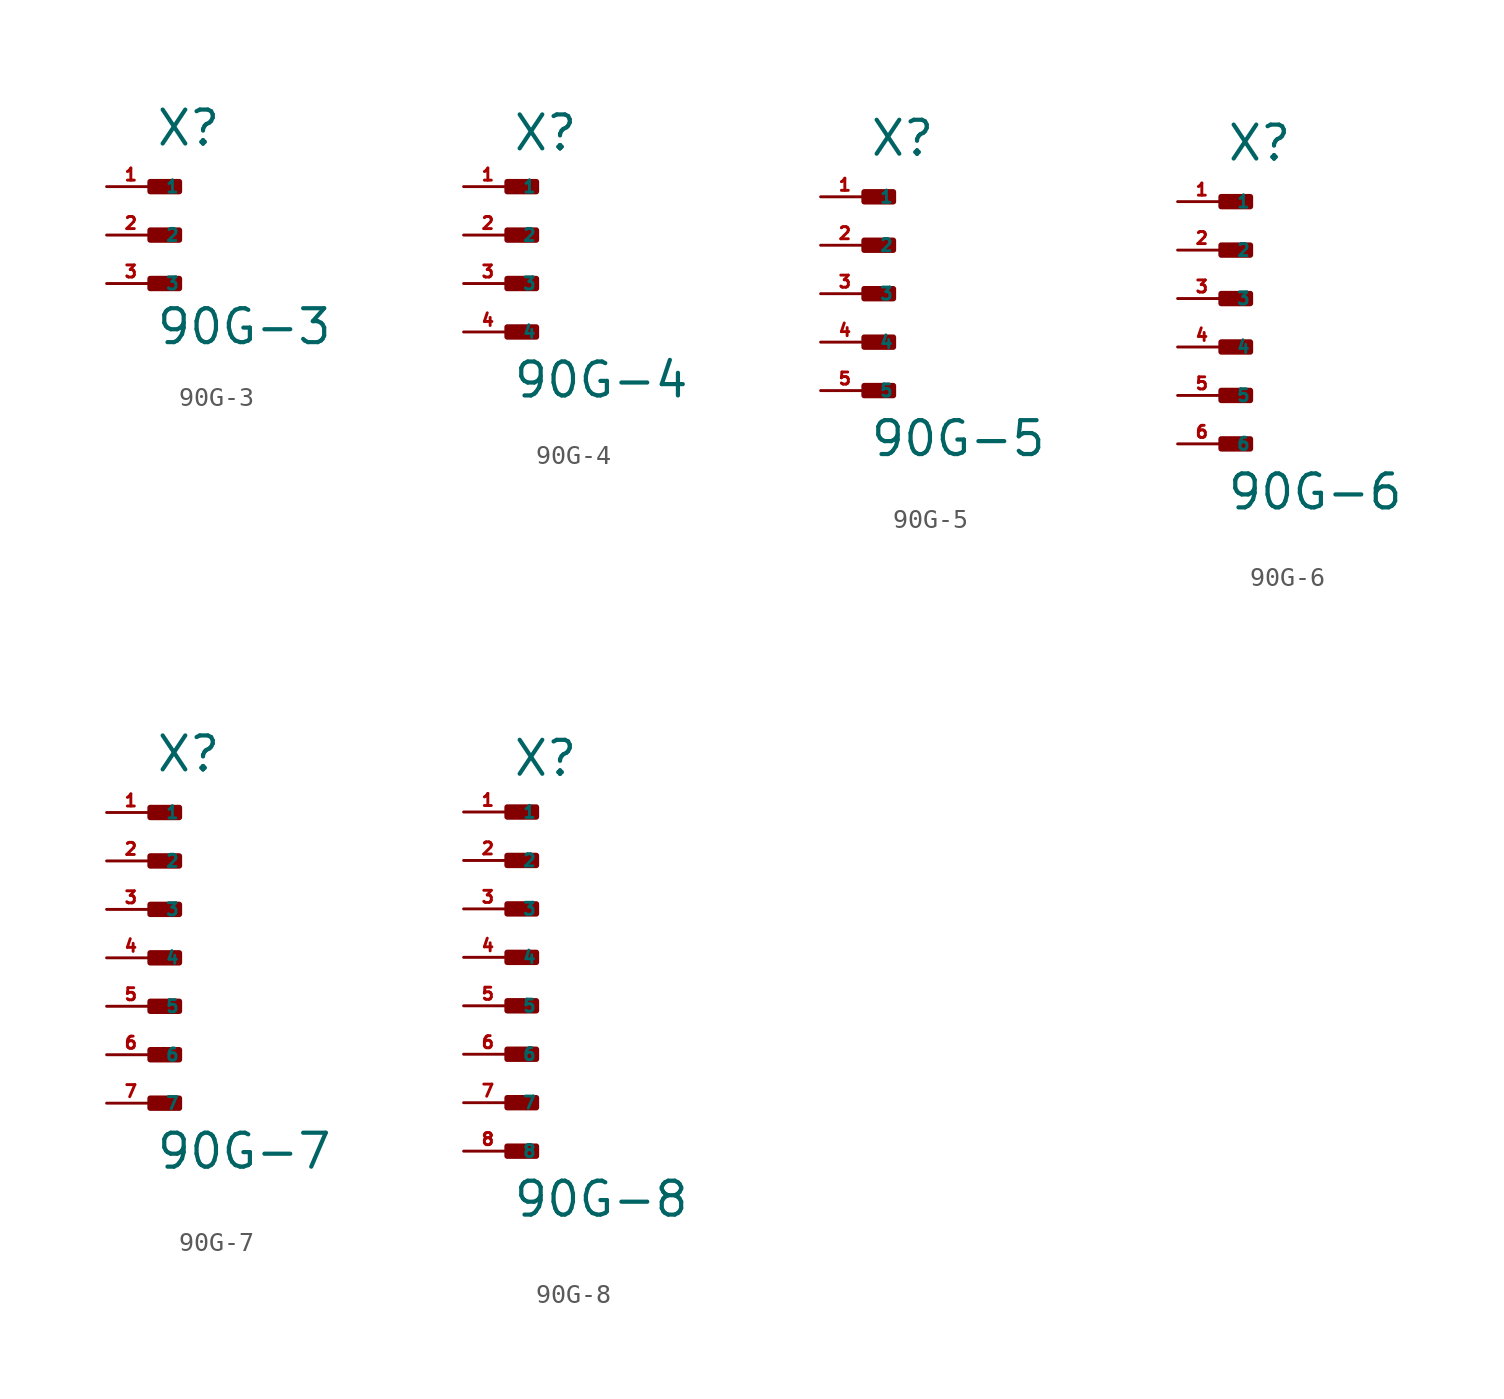
<source format=kicad_sym>
(kicad_symbol_lib
  (version 20220914)
  (generator Eagle2Kicad)
  (symbol "90G-3"
    (property "Reference" "X"
      (at 0 4.572 0)
      (effects (font (size 1.778 1.778) (thickness 0.22)) (justify left bottom)))
    (property "Value" "90G-3"
      (at 0 -5.842 0)
      (effects (font (size 1.778 1.778) (thickness 0.22)) (justify left bottom)))
    (rectangle
      (start -0.254 2.286)
      (end 1.27 2.794)
      (stroke (width 0.3) (type default))
      (fill (type outline)))
    (rectangle
      (start -0.254 -0.254)
      (end 1.27 0.254)
      (stroke (width 0.3) (type default))
      (fill (type outline)))
    (rectangle
      (start -0.254 -2.794)
      (end 1.27 -2.286)
      (stroke (width 0.3) (type default))
      (fill (type outline)))
    (pin passive line
      (at -2.54 2.54 0)
      (length 2.54)
      (name "1" (effects (font (size 0.635 0.635) (thickness 0.08)) (justify left bottom)))
      (number "1" (effects (font (size 0.635 0.635) (thickness 0.08)) (justify left bottom))))
    (pin passive line
      (at -2.54 0 0)
      (length 2.54)
      (name "2" (effects (font (size 0.635 0.635) (thickness 0.08)) (justify left bottom)))
      (number "2" (effects (font (size 0.635 0.635) (thickness 0.08)) (justify left bottom))))
    (pin passive line
      (at -2.54 -2.54 0)
      (length 2.54)
      (name "3" (effects (font (size 0.635 0.635) (thickness 0.08)) (justify left bottom)))
      (number "3" (effects (font (size 0.635 0.635) (thickness 0.08)) (justify left bottom)))))
  (symbol "90G-4"
    (property "Reference" "X"
      (at 0 4.318 0)
      (effects (font (size 1.778 1.778) (thickness 0.22)) (justify left bottom)))
    (property "Value" "90G-4"
      (at 0 -8.636 0)
      (effects (font (size 1.778 1.778) (thickness 0.22)) (justify left bottom)))
    (rectangle
      (start -0.254 2.286)
      (end 1.27 2.794)
      (stroke (width 0.3) (type default))
      (fill (type outline)))
    (rectangle
      (start -0.254 -0.254)
      (end 1.27 0.254)
      (stroke (width 0.3) (type default))
      (fill (type outline)))
    (rectangle
      (start -0.254 -2.794)
      (end 1.27 -2.286)
      (stroke (width 0.3) (type default))
      (fill (type outline)))
    (rectangle
      (start -0.254 -5.334)
      (end 1.27 -4.826)
      (stroke (width 0.3) (type default))
      (fill (type outline)))
    (pin passive line
      (at -2.54 2.54 0)
      (length 2.54)
      (name "1" (effects (font (size 0.635 0.635) (thickness 0.08)) (justify left bottom)))
      (number "1" (effects (font (size 0.635 0.635) (thickness 0.08)) (justify left bottom))))
    (pin passive line
      (at -2.54 0 0)
      (length 2.54)
      (name "2" (effects (font (size 0.635 0.635) (thickness 0.08)) (justify left bottom)))
      (number "2" (effects (font (size 0.635 0.635) (thickness 0.08)) (justify left bottom))))
    (pin passive line
      (at -2.54 -2.54 0)
      (length 2.54)
      (name "3" (effects (font (size 0.635 0.635) (thickness 0.08)) (justify left bottom)))
      (number "3" (effects (font (size 0.635 0.635) (thickness 0.08)) (justify left bottom))))
    (pin passive line
      (at -2.54 -5.08 0)
      (length 2.54)
      (name "4" (effects (font (size 0.635 0.635) (thickness 0.08)) (justify left bottom)))
      (number "4" (effects (font (size 0.635 0.635) (thickness 0.08)) (justify left bottom)))))
  (symbol "90G-5"
    (property "Reference" "X"
      (at 0 7.112 0)
      (effects (font (size 1.778 1.778) (thickness 0.22)) (justify left bottom)))
    (property "Value" "90G-5"
      (at 0 -8.636 0)
      (effects (font (size 1.778 1.778) (thickness 0.22)) (justify left bottom)))
    (rectangle
      (start -0.254 4.826)
      (end 1.27 5.334)
      (stroke (width 0.3) (type default))
      (fill (type outline)))
    (rectangle
      (start -0.254 2.286)
      (end 1.27 2.794)
      (stroke (width 0.3) (type default))
      (fill (type outline)))
    (rectangle
      (start -0.254 -0.254)
      (end 1.27 0.254)
      (stroke (width 0.3) (type default))
      (fill (type outline)))
    (rectangle
      (start -0.254 -2.794)
      (end 1.27 -2.286)
      (stroke (width 0.3) (type default))
      (fill (type outline)))
    (rectangle
      (start -0.254 -5.334)
      (end 1.27 -4.826)
      (stroke (width 0.3) (type default))
      (fill (type outline)))
    (pin passive line
      (at -2.54 5.08 0)
      (length 2.54)
      (name "1" (effects (font (size 0.635 0.635) (thickness 0.08)) (justify left bottom)))
      (number "1" (effects (font (size 0.635 0.635) (thickness 0.08)) (justify left bottom))))
    (pin passive line
      (at -2.54 2.54 0)
      (length 2.54)
      (name "2" (effects (font (size 0.635 0.635) (thickness 0.08)) (justify left bottom)))
      (number "2" (effects (font (size 0.635 0.635) (thickness 0.08)) (justify left bottom))))
    (pin passive line
      (at -2.54 0 0)
      (length 2.54)
      (name "3" (effects (font (size 0.635 0.635) (thickness 0.08)) (justify left bottom)))
      (number "3" (effects (font (size 0.635 0.635) (thickness 0.08)) (justify left bottom))))
    (pin passive line
      (at -2.54 -2.54 0)
      (length 2.54)
      (name "4" (effects (font (size 0.635 0.635) (thickness 0.08)) (justify left bottom)))
      (number "4" (effects (font (size 0.635 0.635) (thickness 0.08)) (justify left bottom))))
    (pin passive line
      (at -2.54 -5.08 0)
      (length 2.54)
      (name "5" (effects (font (size 0.635 0.635) (thickness 0.08)) (justify left bottom)))
      (number "5" (effects (font (size 0.635 0.635) (thickness 0.08)) (justify left bottom)))))
  (symbol "90G-6"
    (property "Reference" "X"
      (at 0 7.112 0)
      (effects (font (size 1.778 1.778) (thickness 0.22)) (justify left bottom)))
    (property "Value" "90G-6"
      (at 0 -11.176 0)
      (effects (font (size 1.778 1.778) (thickness 0.22)) (justify left bottom)))
    (rectangle
      (start -0.254 4.826)
      (end 1.27 5.334)
      (stroke (width 0.3) (type default))
      (fill (type outline)))
    (rectangle
      (start -0.254 2.286)
      (end 1.27 2.794)
      (stroke (width 0.3) (type default))
      (fill (type outline)))
    (rectangle
      (start -0.254 -0.254)
      (end 1.27 0.254)
      (stroke (width 0.3) (type default))
      (fill (type outline)))
    (rectangle
      (start -0.254 -2.794)
      (end 1.27 -2.286)
      (stroke (width 0.3) (type default))
      (fill (type outline)))
    (rectangle
      (start -0.254 -5.334)
      (end 1.27 -4.826)
      (stroke (width 0.3) (type default))
      (fill (type outline)))
    (rectangle
      (start -0.254 -7.874)
      (end 1.27 -7.366)
      (stroke (width 0.3) (type default))
      (fill (type outline)))
    (pin passive line
      (at -2.54 5.08 0)
      (length 2.54)
      (name "1" (effects (font (size 0.635 0.635) (thickness 0.08)) (justify left bottom)))
      (number "1" (effects (font (size 0.635 0.635) (thickness 0.08)) (justify left bottom))))
    (pin passive line
      (at -2.54 2.54 0)
      (length 2.54)
      (name "2" (effects (font (size 0.635 0.635) (thickness 0.08)) (justify left bottom)))
      (number "2" (effects (font (size 0.635 0.635) (thickness 0.08)) (justify left bottom))))
    (pin passive line
      (at -2.54 0 0)
      (length 2.54)
      (name "3" (effects (font (size 0.635 0.635) (thickness 0.08)) (justify left bottom)))
      (number "3" (effects (font (size 0.635 0.635) (thickness 0.08)) (justify left bottom))))
    (pin passive line
      (at -2.54 -2.54 0)
      (length 2.54)
      (name "4" (effects (font (size 0.635 0.635) (thickness 0.08)) (justify left bottom)))
      (number "4" (effects (font (size 0.635 0.635) (thickness 0.08)) (justify left bottom))))
    (pin passive line
      (at -2.54 -5.08 0)
      (length 2.54)
      (name "5" (effects (font (size 0.635 0.635) (thickness 0.08)) (justify left bottom)))
      (number "5" (effects (font (size 0.635 0.635) (thickness 0.08)) (justify left bottom))))
    (pin passive line
      (at -2.54 -7.62 0)
      (length 2.54)
      (name "6" (effects (font (size 0.635 0.635) (thickness 0.08)) (justify left bottom)))
      (number "6" (effects (font (size 0.635 0.635) (thickness 0.08)) (justify left bottom)))))
  (symbol "90G-7"
    (property "Reference" "X"
      (at 0 9.652 0)
      (effects (font (size 1.778 1.778) (thickness 0.22)) (justify left bottom)))
    (property "Value" "90G-7"
      (at 0 -11.176 0)
      (effects (font (size 1.778 1.778) (thickness 0.22)) (justify left bottom)))
    (rectangle
      (start -0.254 7.366)
      (end 1.27 7.874)
      (stroke (width 0.3) (type default))
      (fill (type outline)))
    (rectangle
      (start -0.254 4.826)
      (end 1.27 5.334)
      (stroke (width 0.3) (type default))
      (fill (type outline)))
    (rectangle
      (start -0.254 2.286)
      (end 1.27 2.794)
      (stroke (width 0.3) (type default))
      (fill (type outline)))
    (rectangle
      (start -0.254 -0.254)
      (end 1.27 0.254)
      (stroke (width 0.3) (type default))
      (fill (type outline)))
    (rectangle
      (start -0.254 -2.794)
      (end 1.27 -2.286)
      (stroke (width 0.3) (type default))
      (fill (type outline)))
    (rectangle
      (start -0.254 -5.334)
      (end 1.27 -4.826)
      (stroke (width 0.3) (type default))
      (fill (type outline)))
    (rectangle
      (start -0.254 -7.874)
      (end 1.27 -7.366)
      (stroke (width 0.3) (type default))
      (fill (type outline)))
    (pin passive line
      (at -2.54 7.62 0)
      (length 2.54)
      (name "1" (effects (font (size 0.635 0.635) (thickness 0.08)) (justify left bottom)))
      (number "1" (effects (font (size 0.635 0.635) (thickness 0.08)) (justify left bottom))))
    (pin passive line
      (at -2.54 5.08 0)
      (length 2.54)
      (name "2" (effects (font (size 0.635 0.635) (thickness 0.08)) (justify left bottom)))
      (number "2" (effects (font (size 0.635 0.635) (thickness 0.08)) (justify left bottom))))
    (pin passive line
      (at -2.54 2.54 0)
      (length 2.54)
      (name "3" (effects (font (size 0.635 0.635) (thickness 0.08)) (justify left bottom)))
      (number "3" (effects (font (size 0.635 0.635) (thickness 0.08)) (justify left bottom))))
    (pin passive line
      (at -2.54 0 0)
      (length 2.54)
      (name "4" (effects (font (size 0.635 0.635) (thickness 0.08)) (justify left bottom)))
      (number "4" (effects (font (size 0.635 0.635) (thickness 0.08)) (justify left bottom))))
    (pin passive line
      (at -2.54 -2.54 0)
      (length 2.54)
      (name "5" (effects (font (size 0.635 0.635) (thickness 0.08)) (justify left bottom)))
      (number "5" (effects (font (size 0.635 0.635) (thickness 0.08)) (justify left bottom))))
    (pin passive line
      (at -2.54 -5.08 0)
      (length 2.54)
      (name "6" (effects (font (size 0.635 0.635) (thickness 0.08)) (justify left bottom)))
      (number "6" (effects (font (size 0.635 0.635) (thickness 0.08)) (justify left bottom))))
    (pin passive line
      (at -2.54 -7.62 0)
      (length 2.54)
      (name "7" (effects (font (size 0.635 0.635) (thickness 0.08)) (justify left bottom)))
      (number "7" (effects (font (size 0.635 0.635) (thickness 0.08)) (justify left bottom)))))
  (symbol "90G-8"
    (property "Reference" "X"
      (at 0 9.398 0)
      (effects (font (size 1.778 1.778) (thickness 0.22)) (justify left bottom)))
    (property "Value" "90G-8"
      (at 0 -13.716 0)
      (effects (font (size 1.778 1.778) (thickness 0.22)) (justify left bottom)))
    (rectangle
      (start -0.254 7.366)
      (end 1.27 7.874)
      (stroke (width 0.3) (type default))
      (fill (type outline)))
    (rectangle
      (start -0.254 4.826)
      (end 1.27 5.334)
      (stroke (width 0.3) (type default))
      (fill (type outline)))
    (rectangle
      (start -0.254 2.286)
      (end 1.27 2.794)
      (stroke (width 0.3) (type default))
      (fill (type outline)))
    (rectangle
      (start -0.254 -0.254)
      (end 1.27 0.254)
      (stroke (width 0.3) (type default))
      (fill (type outline)))
    (rectangle
      (start -0.254 -2.794)
      (end 1.27 -2.286)
      (stroke (width 0.3) (type default))
      (fill (type outline)))
    (rectangle
      (start -0.254 -5.334)
      (end 1.27 -4.826)
      (stroke (width 0.3) (type default))
      (fill (type outline)))
    (rectangle
      (start -0.254 -7.874)
      (end 1.27 -7.366)
      (stroke (width 0.3) (type default))
      (fill (type outline)))
    (rectangle
      (start -0.254 -10.414)
      (end 1.27 -9.906)
      (stroke (width 0.3) (type default))
      (fill (type outline)))
    (pin passive line
      (at -2.54 7.62 0)
      (length 2.54)
      (name "1" (effects (font (size 0.635 0.635) (thickness 0.08)) (justify left bottom)))
      (number "1" (effects (font (size 0.635 0.635) (thickness 0.08)) (justify left bottom))))
    (pin passive line
      (at -2.54 5.08 0)
      (length 2.54)
      (name "2" (effects (font (size 0.635 0.635) (thickness 0.08)) (justify left bottom)))
      (number "2" (effects (font (size 0.635 0.635) (thickness 0.08)) (justify left bottom))))
    (pin passive line
      (at -2.54 2.54 0)
      (length 2.54)
      (name "3" (effects (font (size 0.635 0.635) (thickness 0.08)) (justify left bottom)))
      (number "3" (effects (font (size 0.635 0.635) (thickness 0.08)) (justify left bottom))))
    (pin passive line
      (at -2.54 0 0)
      (length 2.54)
      (name "4" (effects (font (size 0.635 0.635) (thickness 0.08)) (justify left bottom)))
      (number "4" (effects (font (size 0.635 0.635) (thickness 0.08)) (justify left bottom))))
    (pin passive line
      (at -2.54 -2.54 0)
      (length 2.54)
      (name "5" (effects (font (size 0.635 0.635) (thickness 0.08)) (justify left bottom)))
      (number "5" (effects (font (size 0.635 0.635) (thickness 0.08)) (justify left bottom))))
    (pin passive line
      (at -2.54 -5.08 0)
      (length 2.54)
      (name "6" (effects (font (size 0.635 0.635) (thickness 0.08)) (justify left bottom)))
      (number "6" (effects (font (size 0.635 0.635) (thickness 0.08)) (justify left bottom))))
    (pin passive line
      (at -2.54 -7.62 0)
      (length 2.54)
      (name "7" (effects (font (size 0.635 0.635) (thickness 0.08)) (justify left bottom)))
      (number "7" (effects (font (size 0.635 0.635) (thickness 0.08)) (justify left bottom))))
    (pin passive line
      (at -2.54 -10.16 0)
      (length 2.54)
      (name "8" (effects (font (size 0.635 0.635) (thickness 0.08)) (justify left bottom)))
      (number "8" (effects (font (size 0.635 0.635) (thickness 0.08)) (justify left bottom))))))
</source>
